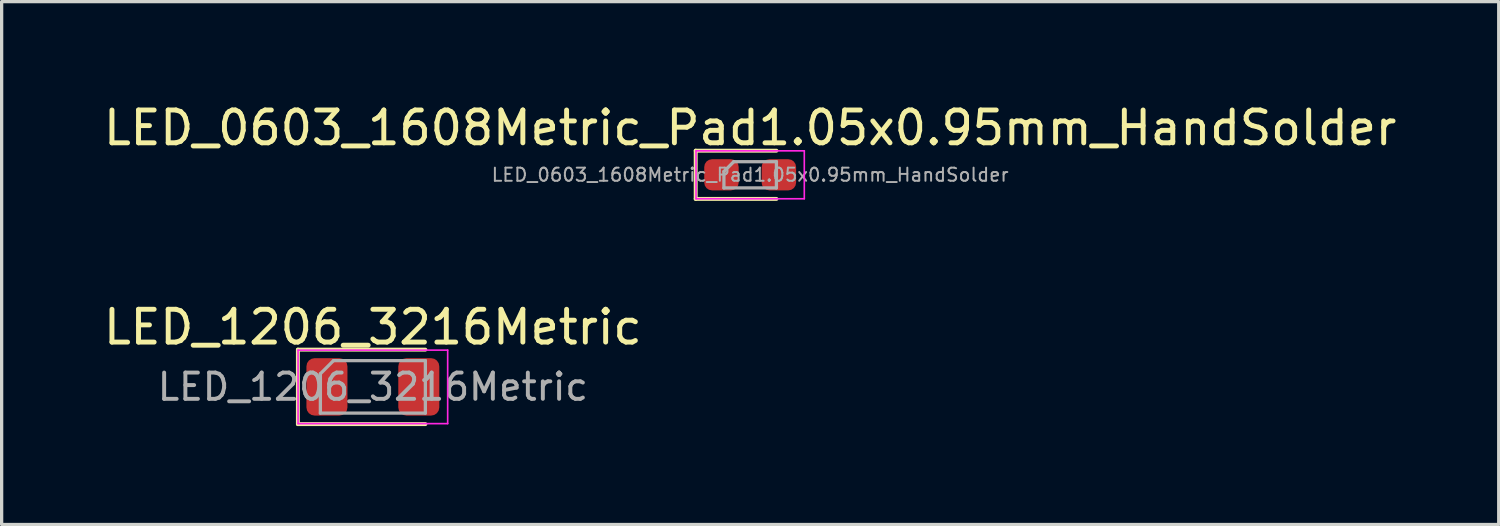
<source format=kicad_pcb>
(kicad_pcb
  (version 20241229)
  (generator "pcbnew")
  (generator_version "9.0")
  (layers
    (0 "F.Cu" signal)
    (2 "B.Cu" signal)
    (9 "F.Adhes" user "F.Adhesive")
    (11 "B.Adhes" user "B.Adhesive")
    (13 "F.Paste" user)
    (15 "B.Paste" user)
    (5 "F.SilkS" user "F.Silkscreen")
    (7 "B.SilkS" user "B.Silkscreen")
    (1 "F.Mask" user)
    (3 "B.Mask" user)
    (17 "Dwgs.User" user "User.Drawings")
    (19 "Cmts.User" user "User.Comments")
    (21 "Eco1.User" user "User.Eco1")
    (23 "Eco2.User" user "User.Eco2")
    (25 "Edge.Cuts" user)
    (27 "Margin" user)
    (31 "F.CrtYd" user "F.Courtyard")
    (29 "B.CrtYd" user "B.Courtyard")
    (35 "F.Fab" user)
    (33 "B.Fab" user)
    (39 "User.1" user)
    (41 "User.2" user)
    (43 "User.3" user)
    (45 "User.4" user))
  (footprint "LED_0603_1608Metric_Pad1.05x0.95mm_HandSolder"
    (layer "F.Cu")
    (at 19.815 2.278)
    (property "Reference" "LED_0603_1608Metric_Pad1.05x0.95mm_HandSolder" (at 0 -1.43 0) (layer "F.SilkS") (effects (font (size 1 1) (thickness 0.15))))
    (attr smd)
    (fp_line (start -1.66 -0.735) (end -1.66 0.735) (stroke (width 0.12) (type solid)) (layer "F.SilkS"))
    (fp_line (start -1.66 0.735) (end 0.8 0.735) (stroke (width 0.12) (type solid)) (layer "F.SilkS"))
    (fp_line (start 0.8 -0.735) (end -1.66 -0.735) (stroke (width 0.12) (type solid)) (layer "F.SilkS"))
    (fp_line (start -1.65 -0.73) (end 1.65 -0.73) (stroke (width 0.05) (type solid)) (layer "F.CrtYd"))
    (fp_line (start -1.65 0.73) (end -1.65 -0.73) (stroke (width 0.05) (type solid)) (layer "F.CrtYd"))
    (fp_line (start 1.65 -0.73) (end 1.65 0.73) (stroke (width 0.05) (type solid)) (layer "F.CrtYd"))
    (fp_line (start 1.65 0.73) (end -1.65 0.73) (stroke (width 0.05) (type solid)) (layer "F.CrtYd"))
    (fp_line (start -0.8 -0.1) (end -0.8 0.4) (stroke (width 0.1) (type solid)) (layer "F.Fab"))
    (fp_line (start -0.8 0.4) (end 0.8 0.4) (stroke (width 0.1) (type solid)) (layer "F.Fab"))
    (fp_line (start -0.5 -0.4) (end -0.8 -0.1) (stroke (width 0.1) (type solid)) (layer "F.Fab"))
    (fp_line (start 0.8 -0.4) (end -0.5 -0.4) (stroke (width 0.1) (type solid)) (layer "F.Fab"))
    (fp_line (start 0.8 0.4) (end 0.8 -0.4) (stroke (width 0.1) (type solid)) (layer "F.Fab"))
    (fp_text user "${REFERENCE}" (at 0 0 0) (layer "F.Fab") (effects (font (size 0.4 0.4) (thickness 0.06))))
    (pad "1" smd roundrect (at -0.875 0) (size 1.05 0.95) (layers "F.Cu" "F.Mask" "F.Paste") (roundrect_rratio 0.25))
    (pad "2" smd roundrect (at 0.875 0) (size 1.05 0.95) (layers "F.Cu" "F.Mask" "F.Paste") (roundrect_rratio 0.25)))
  (footprint "LED_1206_3216Metric"
    (layer "F.Cu")
    (at 8.315 8.742)
    (property "Reference" "LED_1206_3216Metric" (at 0 -1.82 0) (layer "F.SilkS") (effects (font (size 1 1) (thickness 0.15))))
    (attr smd)
    (fp_line (start -2.285 -1.135) (end -2.285 1.135) (stroke (width 0.12) (type solid)) (layer "F.SilkS"))
    (fp_line (start -2.285 1.135) (end 1.6 1.135) (stroke (width 0.12) (type solid)) (layer "F.SilkS"))
    (fp_line (start 1.6 -1.135) (end -2.285 -1.135) (stroke (width 0.12) (type solid)) (layer "F.SilkS"))
    (fp_line (start -2.28 -1.12) (end 2.28 -1.12) (stroke (width 0.05) (type solid)) (layer "F.CrtYd"))
    (fp_line (start -2.28 1.12) (end -2.28 -1.12) (stroke (width 0.05) (type solid)) (layer "F.CrtYd"))
    (fp_line (start 2.28 -1.12) (end 2.28 1.12) (stroke (width 0.05) (type solid)) (layer "F.CrtYd"))
    (fp_line (start 2.28 1.12) (end -2.28 1.12) (stroke (width 0.05) (type solid)) (layer "F.CrtYd"))
    (fp_line (start -1.6 -0.4) (end -1.6 0.8) (stroke (width 0.1) (type solid)) (layer "F.Fab"))
    (fp_line (start -1.6 0.8) (end 1.6 0.8) (stroke (width 0.1) (type solid)) (layer "F.Fab"))
    (fp_line (start -1.2 -0.8) (end -1.6 -0.4) (stroke (width 0.1) (type solid)) (layer "F.Fab"))
    (fp_line (start 1.6 -0.8) (end -1.2 -0.8) (stroke (width 0.1) (type solid)) (layer "F.Fab"))
    (fp_line (start 1.6 0.8) (end 1.6 -0.8) (stroke (width 0.1) (type solid)) (layer "F.Fab"))
    (fp_text user "${REFERENCE}" (at 0 0 0) (layer "F.Fab") (effects (font (size 0.8 0.8) (thickness 0.12))))
    (pad "1" smd roundrect (at -1.4 0) (size 1.25 1.75) (layers "F.Cu" "F.Mask" "F.Paste") (roundrect_rratio 0.2))
    (pad "2" smd roundrect (at 1.4 0) (size 1.25 1.75) (layers "F.Cu" "F.Mask" "F.Paste") (roundrect_rratio 0.2)))
  (gr_rect
    (start -3 -3)
    (end 42.631 12.937)
    (stroke (width 0.1) (type default))
    (fill no)
    (layer "Edge.Cuts")))
</source>
